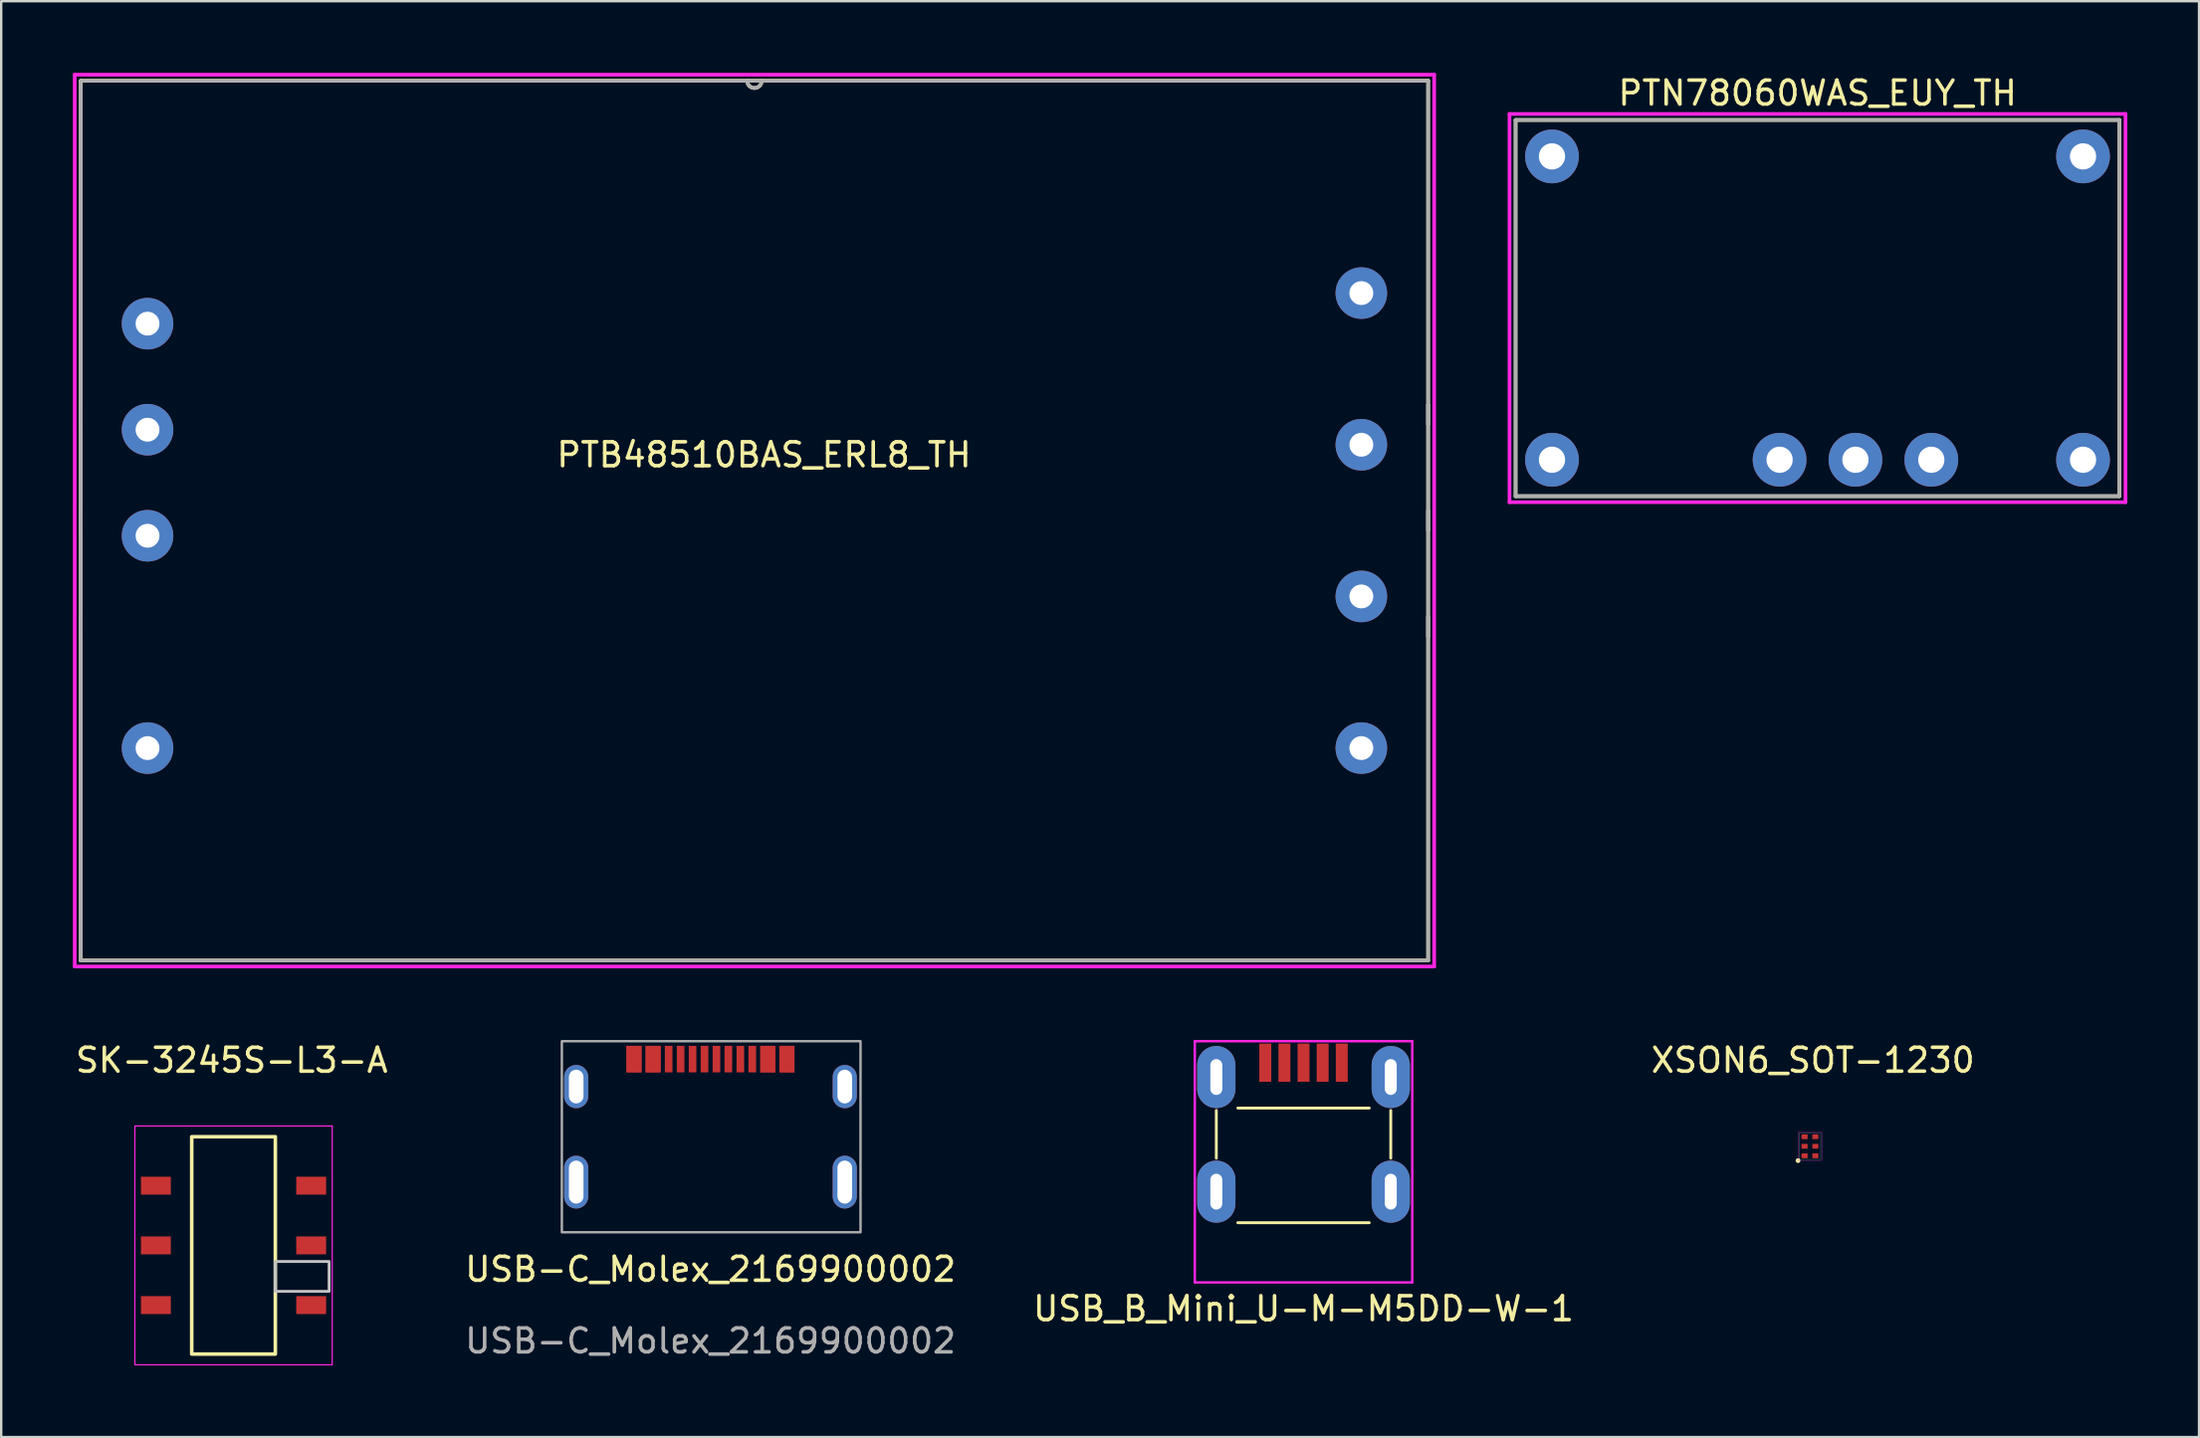
<source format=kicad_pcb>
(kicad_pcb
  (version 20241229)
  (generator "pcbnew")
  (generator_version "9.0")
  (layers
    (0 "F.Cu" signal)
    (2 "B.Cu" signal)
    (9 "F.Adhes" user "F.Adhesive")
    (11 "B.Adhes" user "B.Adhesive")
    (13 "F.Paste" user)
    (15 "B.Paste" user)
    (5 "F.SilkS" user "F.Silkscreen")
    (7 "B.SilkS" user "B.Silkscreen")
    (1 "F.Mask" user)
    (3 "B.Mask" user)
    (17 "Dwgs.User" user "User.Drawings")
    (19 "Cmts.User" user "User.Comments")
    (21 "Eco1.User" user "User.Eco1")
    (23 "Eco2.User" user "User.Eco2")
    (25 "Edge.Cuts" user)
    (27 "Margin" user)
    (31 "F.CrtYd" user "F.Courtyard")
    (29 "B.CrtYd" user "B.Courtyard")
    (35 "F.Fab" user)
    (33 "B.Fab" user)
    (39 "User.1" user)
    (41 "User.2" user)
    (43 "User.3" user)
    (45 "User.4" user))
  (footprint "XSON6_SOT-1230"
    (layer "F.Cu")
    (at 73.477 45.539)
    (property "Reference" "XSON6_SOT-1230" (at -0.65 -4.2 0) (unlocked yes) (layer "F.SilkS") (effects (font (size 1 1) (thickness 0.15))))
    (fp_circle (center -1.275 0) (end -1.225 0) (stroke (width 0.1) (type solid)) (fill yes) (layer "F.SilkS"))
    (fp_rect (start -1.225 -1.15) (end -0.325 -0.05) (stroke (width 0.01) (type solid)) (fill no) (layer "Dwgs.User"))
    (fp_rect (start -1.275 -1.2) (end -0.275 0) (stroke (width 0.01) (type solid)) (fill no) (layer "F.CrtYd"))
    (pad "1" smd rect (at -1 -0.2) (size 0.25 0.2) (layers "F.Cu" "F.Mask" "F.Paste"))
    (pad "2" smd rect (at -1 -0.6) (size 0.25 0.2) (layers "F.Cu" "F.Mask" "F.Paste"))
    (pad "3" smd rect (at -1 -1) (size 0.25 0.2) (layers "F.Cu" "F.Mask" "F.Paste"))
    (pad "4" smd rect (at -0.55 -1) (size 0.25 0.2) (layers "F.Cu" "F.Mask" "F.Paste"))
    (pad "5" smd rect (at -0.55 -0.6) (size 0.25 0.2) (layers "F.Cu" "F.Mask" "F.Paste"))
    (pad "6" smd rect (at -0.55 -0.2) (size 0.25 0.2) (layers "F.Cu" "F.Mask" "F.Paste")))
  (footprint "PTB48510BAS_ERL8_TH"
    (layer "F.Cu")
    (at 53.925 26.99)
    (property "Reference" "PTB48510BAS_ERL8_TH" (at -25 -11 0) (layer "F.SilkS") (effects (font (size 1 1) (thickness 0.15))))
    (fp_line (start -53.595 -26.66) (end -53.595 10.17) (stroke (width 0.152) (type solid)) (layer "F.SilkS"))
    (fp_line (start -53.595 10.17) (end 2.795 10.17) (stroke (width 0.152) (type solid)) (layer "F.SilkS"))
    (fp_line (start 2.795 -26.66) (end -53.595 -26.66) (stroke (width 0.152) (type solid)) (layer "F.SilkS"))
    (fp_line (start 2.795 10.17) (end 2.795 -26.66) (stroke (width 0.152) (type solid)) (layer "F.SilkS"))
    (fp_arc (start -25.0952 -26.659992) (mid -25.4 -26.355192) (end -25.7048 -26.659992) (stroke (width 0.1524) (type solid)) (layer "F.SilkS"))
    (fp_line (start -53.849 -26.914) (end 3.049 -26.914) (stroke (width 0.152) (type solid)) (layer "F.CrtYd"))
    (fp_line (start -53.849 10.424) (end -53.849 -26.914) (stroke (width 0.152) (type solid)) (layer "F.CrtYd"))
    (fp_line (start 3.049 -26.914) (end 3.049 10.424) (stroke (width 0.152) (type solid)) (layer "F.CrtYd"))
    (fp_line (start 3.049 10.424) (end -53.849 10.424) (stroke (width 0.152) (type solid)) (layer "F.CrtYd"))
    (fp_line (start -53.595 -26.66) (end -53.595 10.17) (stroke (width 0.152) (type solid)) (layer "F.Fab"))
    (fp_line (start -53.595 -13.094) (end -53.595 -13.094) (stroke (width 0.152) (type solid)) (layer "F.Fab"))
    (fp_line (start -53.595 -13.094) (end -53.595 -12.281) (stroke (width 0.152) (type solid)) (layer "F.Fab"))
    (fp_line (start -53.595 -12.281) (end -53.595 -13.094) (stroke (width 0.152) (type solid)) (layer "F.Fab"))
    (fp_line (start -53.595 -12.281) (end -53.595 -12.281) (stroke (width 0.152) (type solid)) (layer "F.Fab"))
    (fp_line (start -53.595 -8.654) (end -53.595 -8.654) (stroke (width 0.152) (type solid)) (layer "F.Fab"))
    (fp_line (start -53.595 -8.654) (end -53.595 -7.841) (stroke (width 0.152) (type solid)) (layer "F.Fab"))
    (fp_line (start -53.595 -7.841) (end -53.595 -8.654) (stroke (width 0.152) (type solid)) (layer "F.Fab"))
    (fp_line (start -53.595 -7.841) (end -53.595 -7.841) (stroke (width 0.152) (type solid)) (layer "F.Fab"))
    (fp_line (start -53.595 -4.214) (end -53.595 -4.214) (stroke (width 0.152) (type solid)) (layer "F.Fab"))
    (fp_line (start -53.595 -4.214) (end -53.595 -3.401) (stroke (width 0.152) (type solid)) (layer "F.Fab"))
    (fp_line (start -53.595 -3.401) (end -53.595 -4.214) (stroke (width 0.152) (type solid)) (layer "F.Fab"))
    (fp_line (start -53.595 -3.401) (end -53.595 -3.401) (stroke (width 0.152) (type solid)) (layer "F.Fab"))
    (fp_line (start -53.595 10.17) (end 2.795 10.17) (stroke (width 0.152) (type solid)) (layer "F.Fab"))
    (fp_line (start 2.795 -26.66) (end -53.595 -26.66) (stroke (width 0.152) (type solid)) (layer "F.Fab"))
    (fp_line (start 2.795 -13.089) (end 2.795 -13.089) (stroke (width 0.152) (type solid)) (layer "F.Fab"))
    (fp_line (start 2.795 -13.089) (end 2.795 -12.276) (stroke (width 0.152) (type solid)) (layer "F.Fab"))
    (fp_line (start 2.795 -12.276) (end 2.795 -13.089) (stroke (width 0.152) (type solid)) (layer "F.Fab"))
    (fp_line (start 2.795 -12.276) (end 2.795 -12.276) (stroke (width 0.152) (type solid)) (layer "F.Fab"))
    (fp_line (start 2.795 -8.649) (end 2.795 -8.649) (stroke (width 0.152) (type solid)) (layer "F.Fab"))
    (fp_line (start 2.795 -8.649) (end 2.795 -7.836) (stroke (width 0.152) (type solid)) (layer "F.Fab"))
    (fp_line (start 2.795 -7.836) (end 2.795 -8.649) (stroke (width 0.152) (type solid)) (layer "F.Fab"))
    (fp_line (start 2.795 -7.836) (end 2.795 -7.836) (stroke (width 0.152) (type solid)) (layer "F.Fab"))
    (fp_line (start 2.795 -4.209) (end 2.795 -4.209) (stroke (width 0.152) (type solid)) (layer "F.Fab"))
    (fp_line (start 2.795 -4.209) (end 2.795 -3.396) (stroke (width 0.152) (type solid)) (layer "F.Fab"))
    (fp_line (start 2.795 -3.396) (end 2.795 -4.209) (stroke (width 0.152) (type solid)) (layer "F.Fab"))
    (fp_line (start 2.795 -3.396) (end 2.795 -3.396) (stroke (width 0.152) (type solid)) (layer "F.Fab"))
    (fp_line (start 2.795 10.17) (end 2.795 -26.66) (stroke (width 0.152) (type solid)) (layer "F.Fab"))
    (fp_arc (start -25.0952 -26.659992) (mid -25.4 -26.355192) (end -25.7048 -26.659992) (stroke (width 0.1524) (type solid)) (layer "F.Fab"))
    (pad "1" thru_hole circle (at -50.8 -16.49) (size 2.159 2.159) (drill 1) (layers "*.Cu" "*.Mask"))
    (pad "2" thru_hole circle (at -50.8 -12.05) (size 2.159 2.159) (drill 1) (layers "*.Cu" "*.Mask"))
    (pad "3" thru_hole circle (at -50.8 -7.61) (size 2.159 2.159) (drill 1) (layers "*.Cu" "*.Mask"))
    (pad "4" thru_hole circle (at -50.8 1.28) (size 2.159 2.159) (drill 1) (layers "*.Cu" "*.Mask"))
    (pad "5" thru_hole circle (at 0 1.28) (size 2.159 2.159) (drill 1) (layers "*.Cu" "*.Mask"))
    (pad "6" thru_hole circle (at 0 -5.07) (size 2.159 2.159) (drill 1) (layers "*.Cu" "*.Mask"))
    (pad "7" thru_hole circle (at 0 -11.42) (size 2.159 2.159) (drill 1) (layers "*.Cu" "*.Mask"))
    (pad "8" thru_hole circle (at 0 -17.77) (size 2.159 2.159) (drill 1) (layers "*.Cu" "*.Mask")))
  (footprint "PTN78060WAS_EUY_TH"
    (layer "F.Cu")
    (at 73.017 9.848)
    (property "Reference" "PTN78060WAS_EUY_TH" (at 0 -9 180) (layer "F.SilkS") (effects (font (size 1 1) (thickness 0.15))))
    (fp_line (start -12.636 -7.874) (end -12.636 7.874) (stroke (width 0.152) (type solid)) (layer "F.SilkS"))
    (fp_line (start -12.636 7.874) (end 12.636 7.874) (stroke (width 0.152) (type solid)) (layer "F.SilkS"))
    (fp_line (start 12.636 -7.874) (end -12.636 -7.874) (stroke (width 0.152) (type solid)) (layer "F.SilkS"))
    (fp_line (start 12.636 7.874) (end 12.636 -7.874) (stroke (width 0.152) (type solid)) (layer "F.SilkS"))
    (fp_line (start -12.89 -8.128) (end 12.89 -8.128) (stroke (width 0.152) (type solid)) (layer "F.CrtYd"))
    (fp_line (start -12.89 8.128) (end -12.89 -8.128) (stroke (width 0.152) (type solid)) (layer "F.CrtYd"))
    (fp_line (start 12.89 -8.128) (end 12.89 8.128) (stroke (width 0.152) (type solid)) (layer "F.CrtYd"))
    (fp_line (start 12.89 8.128) (end -12.89 8.128) (stroke (width 0.152) (type solid)) (layer "F.CrtYd"))
    (fp_line (start -12.636 -7.874) (end -12.636 7.874) (stroke (width 0.152) (type solid)) (layer "F.Fab"))
    (fp_line (start -12.636 7.874) (end 12.636 7.874) (stroke (width 0.152) (type solid)) (layer "F.Fab"))
    (fp_line (start 12.636 -7.874) (end -12.636 -7.874) (stroke (width 0.152) (type solid)) (layer "F.Fab"))
    (fp_line (start 12.636 7.874) (end 12.636 -7.874) (stroke (width 0.152) (type solid)) (layer "F.Fab"))
    (pad "1" thru_hole circle (at -11.113 -6.35) (size 2.25 2.25) (drill 1.1) (layers "*.Cu" "*.Mask"))
    (pad "2" thru_hole circle (at -11.113 6.35) (size 2.25 2.25) (drill 1.1) (layers "*.Cu" "*.Mask"))
    (pad "3" thru_hole circle (at -1.587 6.35) (size 2.25 2.25) (drill 1.1) (layers "*.Cu" "*.Mask"))
    (pad "4" thru_hole circle (at 1.587 6.35) (size 2.25 2.25) (drill 1.1) (layers "*.Cu" "*.Mask"))
    (pad "5" thru_hole circle (at 4.763 6.35) (size 2.25 2.25) (drill 1.1) (layers "*.Cu" "*.Mask"))
    (pad "6" thru_hole circle (at 11.113 6.35) (size 2.25 2.25) (drill 1.1) (layers "*.Cu" "*.Mask"))
    (pad "7" thru_hole circle (at 11.113 -6.35) (size 2.25 2.25) (drill 1.1) (layers "*.Cu" "*.Mask")))
  (footprint "USB-C_Molex_2169900002"
    (layer "F.Cu")
    (at 26.685 44.99)
    (property "Reference" "USB-C_Molex_2169900002" (at 0 5.1 0) (unlocked yes) (layer "F.SilkS") (effects (font (size 1 1) (thickness 0.15))))
    (attr smd)
    (fp_rect (start -6.22 -4.45) (end 6.28 3.55) (stroke (width 0.1) (type solid)) (fill no) (layer "F.Fab"))
    (fp_line (start -4.62 -4.25) (end -4.62 3.55) (stroke (width 0.01) (type solid)) (layer "User.2"))
    (fp_line (start -4.62 -4.25) (end 4.62 -4.25) (stroke (width 0.01) (type solid)) (layer "User.2"))
    (fp_line (start -4.62 -3.15) (end 4.62 -3.15) (stroke (width 0.01) (type solid)) (layer "User.2"))
    (fp_line (start -4.62 3.55) (end 4.62 3.55) (stroke (width 0.01) (type solid)) (layer "User.2"))
    (fp_line (start 4.62 -4.25) (end 4.62 3.55) (stroke (width 0.01) (type solid)) (layer "User.2"))
    (fp_text user "${REFERENCE}" (at 0 8.1 0) (unlocked yes) (layer "F.Fab") (effects (font (size 1 1) (thickness 0.15))))
    (pad "A1" smd rect (at -3.2 -3.7 90) (size 1.11 0.63) (layers "F.Cu" "F.Mask" "F.Paste"))
    (pad "A4" smd rect (at -2.4 -3.7 90) (size 1.11 0.63) (layers "F.Cu" "F.Mask" "F.Paste"))
    (pad "A5" smd rect (at -1.25 -3.7 90) (size 1.11 0.32) (layers "F.Cu" "F.Mask" "F.Paste"))
    (pad "A6" smd rect (at -0.25 -3.7 90) (size 1.11 0.32) (layers "F.Cu" "F.Mask" "F.Paste"))
    (pad "A7" smd rect (at 0.25 -3.7 90) (size 1.11 0.32) (layers "F.Cu" "F.Mask" "F.Paste"))
    (pad "A8" smd rect (at 1.25 -3.7 90) (size 1.11 0.32) (layers "F.Cu" "F.Mask" "F.Paste"))
    (pad "A9" smd rect (at 2.4 -3.7 90) (size 1.11 0.63) (layers "F.Cu" "F.Mask" "F.Paste"))
    (pad "A12" smd rect (at 3.2 -3.7 90) (size 1.11 0.63) (layers "F.Cu" "F.Mask" "F.Paste" "Eco2.User"))
    (pad "B1" smd rect (at 3.2 -3.7 90) (size 1.11 0.63) (layers "F.Cu" "F.Mask" "F.Paste"))
    (pad "B4" smd rect (at 2.4 -3.7 90) (size 1.11 0.63) (layers "F.Cu" "F.Mask" "F.Paste"))
    (pad "B5" smd rect (at 1.75 -3.7 90) (size 1.11 0.32) (layers "F.Cu" "F.Mask" "F.Paste"))
    (pad "B6" smd rect (at 0.75 -3.7 90) (size 1.11 0.32) (layers "F.Cu" "F.Mask" "F.Paste"))
    (pad "B7" smd rect (at -0.75 -3.7 90) (size 1.11 0.32) (layers "F.Cu" "F.Mask" "F.Paste"))
    (pad "B8" smd rect (at -1.75 -3.7 90) (size 1.11 0.32) (layers "F.Cu" "F.Mask" "F.Paste"))
    (pad "B9" smd rect (at -2.4 -3.7 90) (size 1.11 0.63) (layers "F.Cu" "F.Mask" "F.Paste"))
    (pad "B12" smd rect (at -3.2 -3.7 90) (size 1.11 0.63) (layers "F.Cu" "F.Mask" "F.Paste"))
    (pad "S1" thru_hole oval (at -5.62 -2.55 180) (size 1.01 1.81) (drill oval 0.61 1.41) (layers "*.Cu" "*.Mask"))
    (pad "S1" thru_hole oval (at -5.62 1.45 90) (size 2.21 1.01) (drill oval 1.8 0.61) (layers "*.Cu" "*.Mask"))
    (pad "S1" thru_hole oval (at 5.62 -2.55 180) (size 1.01 1.81) (drill oval 0.61 1.41) (layers "*.Cu" "*.Mask"))
    (pad "S1" thru_hole oval (at 5.62 1.45 90) (size 2.21 1.01) (drill oval 1.8 0.61) (layers "*.Cu" "*.Mask")))
  (footprint "SK-3245S-L3-A"
    (layer "F.Cu")
    (at 6.649 49.089)
    (property "Reference" "SK-3245S-L3-A" (at 0 -7.75 0) (unlocked yes) (layer "F.SilkS") (effects (font (size 1 1) (thickness 0.15))))
    (fp_rect (start -1.675 -4.55) (end 1.825 4.55) (stroke (width 0.15) (type solid)) (fill no) (layer "F.SilkS"))
    (fp_rect (start 1.825 0.675) (end 4.075 1.925) (stroke (width 0.12) (type solid)) (fill no) (layer "Dwgs.User"))
    (fp_line (start -4.055 -5) (end 4.205 -5) (stroke (width 0.05) (type solid)) (layer "F.CrtYd"))
    (fp_line (start -4.055 5) (end -4.055 -5) (stroke (width 0.05) (type solid)) (layer "F.CrtYd"))
    (fp_line (start 4.205 -5) (end 4.205 5) (stroke (width 0.05) (type solid)) (layer "F.CrtYd"))
    (fp_line (start 4.205 5) (end -4.055 5) (stroke (width 0.05) (type solid)) (layer "F.CrtYd"))
    (pad "1" smd rect (at -3.175 -2.5 270) (size 0.75 1.25) (layers "F.Cu" "F.Mask" "F.Paste"))
    (pad "2" smd rect (at -3.175 0 270) (size 0.75 1.25) (layers "F.Cu" "F.Mask" "F.Paste"))
    (pad "3" smd rect (at -3.175 2.5 270) (size 0.75 1.25) (layers "F.Cu" "F.Mask" "F.Paste"))
    (pad "4" smd rect (at 3.325 2.5 270) (size 0.75 1.25) (layers "F.Cu" "F.Mask" "F.Paste"))
    (pad "5" smd rect (at 3.325 0 270) (size 0.75 1.25) (layers "F.Cu" "F.Mask" "F.Paste"))
    (pad "6" smd rect (at 3.325 -2.5 270) (size 0.75 1.25) (layers "F.Cu" "F.Mask" "F.Paste")))
  (footprint "USB_B_Mini_U-M-M5DD-W-1"
    (layer "F.Cu")
    (at 51.506 43.34)
    (property "Reference" "USB_B_Mini_U-M-M5DD-W-1" (at 0 8.4 0) (unlocked yes) (layer "F.SilkS") (effects (font (size 1 1) (thickness 0.15))))
    (fp_line (start -3.65 2.1) (end -3.65 0.1) (stroke (width 0.12) (type solid)) (layer "F.SilkS"))
    (fp_line (start -2.75 0) (end 2.75 0) (stroke (width 0.12) (type solid)) (layer "F.SilkS"))
    (fp_line (start -2.75 4.8) (end 2.75 4.8) (stroke (width 0.12) (type solid)) (layer "F.SilkS"))
    (fp_line (start 3.65 0.1) (end 3.65 2.1) (stroke (width 0.12) (type solid)) (layer "F.SilkS"))
    (fp_line (start -4.55 7.3) (end -4.55 -2.8) (stroke (width 0.1) (type solid)) (layer "F.CrtYd"))
    (fp_line (start 4.55 -2.8) (end -4.55 -2.8) (stroke (width 0.1) (type solid)) (layer "F.CrtYd"))
    (fp_line (start 4.55 -2.8) (end 4.55 7.3) (stroke (width 0.1) (type solid)) (layer "F.CrtYd"))
    (fp_line (start 4.55 7.3) (end -4.55 7.3) (stroke (width 0.1) (type solid)) (layer "F.CrtYd"))
    (pad "1" smd rect (at -1.6 -1.9) (size 0.5 1.6) (layers "F.Cu" "F.Mask" "F.Paste"))
    (pad "2" smd rect (at -0.8 -1.9) (size 0.5 1.6) (layers "F.Cu" "F.Mask" "F.Paste"))
    (pad "3" smd rect (at 0 -1.9) (size 0.5 1.6) (layers "F.Cu" "F.Mask" "F.Paste"))
    (pad "4" smd rect (at 0.8 -1.9) (size 0.5 1.6) (layers "F.Cu" "F.Mask" "F.Paste"))
    (pad "5" smd rect (at 1.6 -1.9) (size 0.5 1.6) (layers "F.Cu" "F.Mask" "F.Paste"))
    (pad "6" thru_hole oval (at -3.65 -1.3) (size 1.6 2.6) (drill oval 0.5 1.5) (layers "*.Cu" "*.Mask"))
    (pad "6" thru_hole oval (at -3.65 3.5) (size 1.6 2.6) (drill oval 0.5 1.5) (layers "*.Cu" "*.Mask"))
    (pad "6" thru_hole oval (at 3.65 -1.3) (size 1.6 2.6) (drill oval 0.5 1.5) (layers "*.Cu" "*.Mask"))
    (pad "6" thru_hole oval (at 3.65 3.5) (size 1.6 2.6) (drill oval 0.5 1.5) (layers "*.Cu" "*.Mask")))
  (gr_rect
    (start -3 -3)
    (end 88.984 57.114)
    (stroke (width 0.1) (type default))
    (fill no)
    (layer "Edge.Cuts")))
</source>
